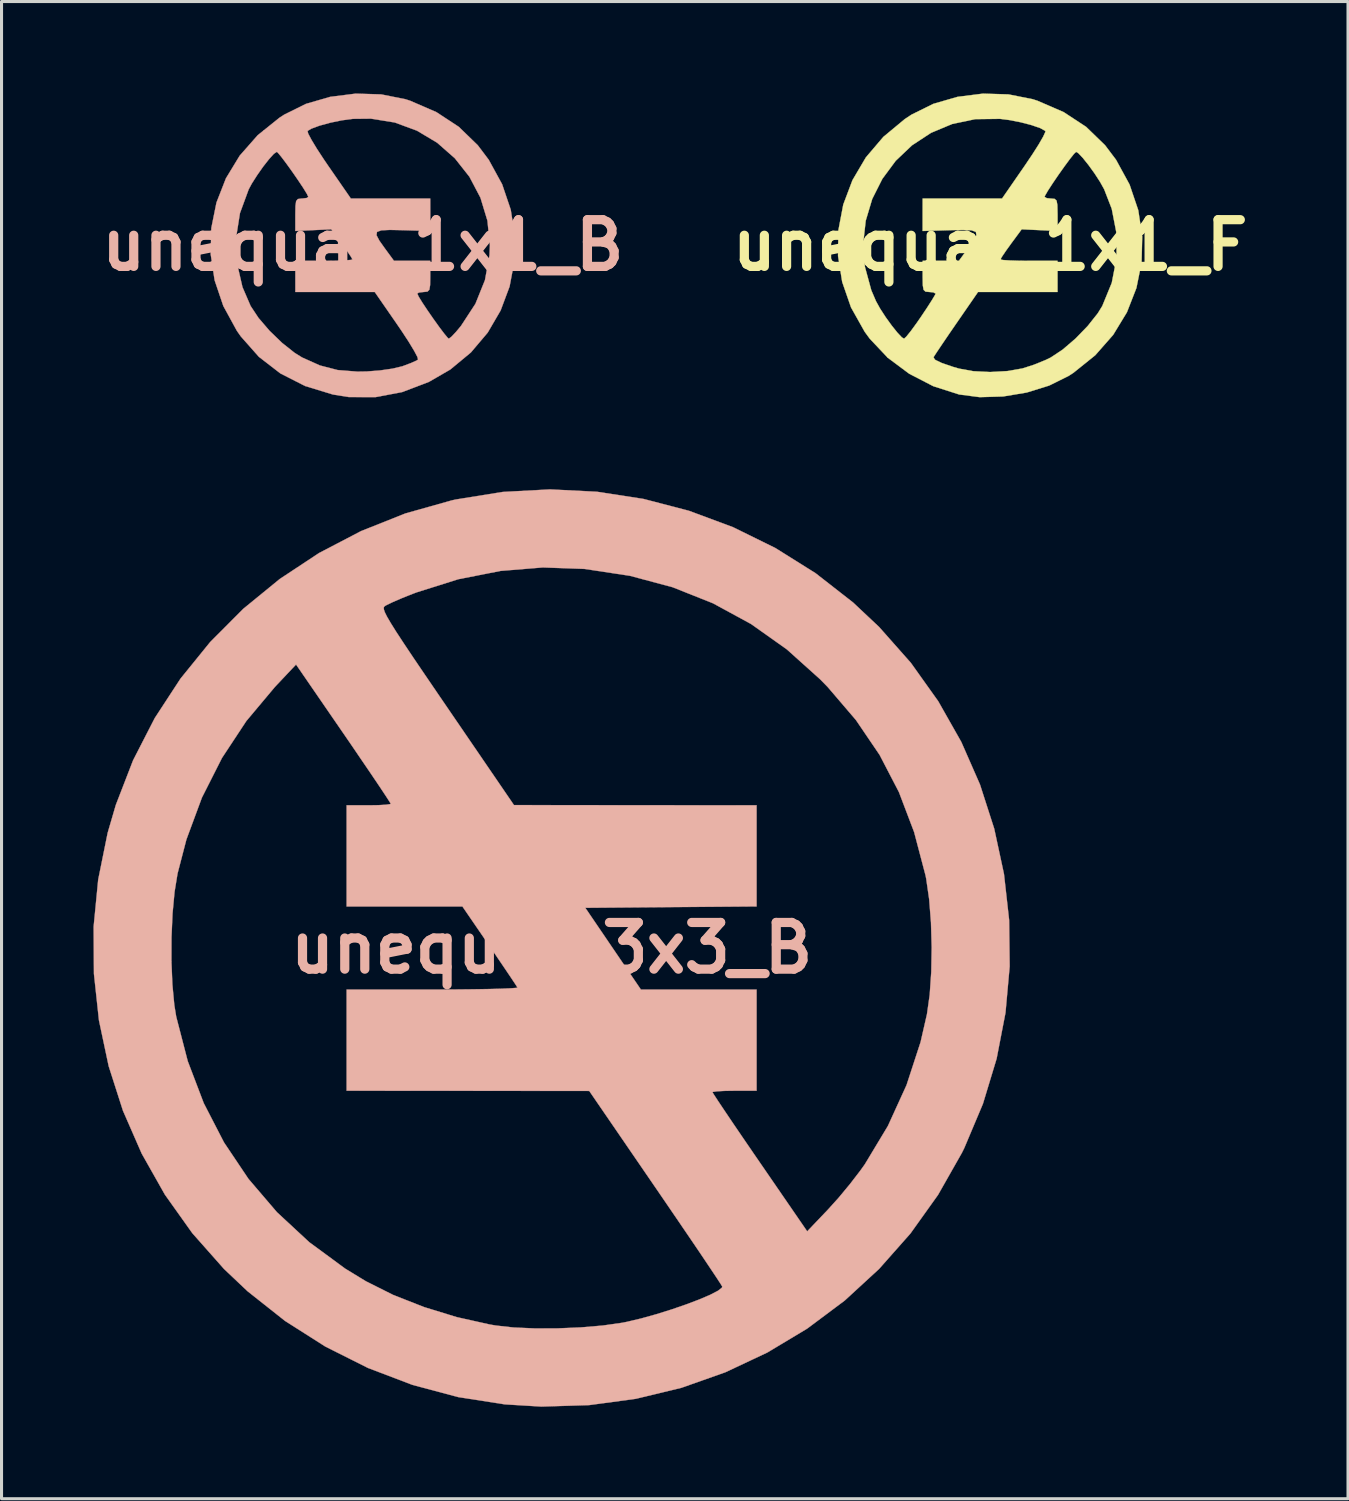
<source format=kicad_pcb>
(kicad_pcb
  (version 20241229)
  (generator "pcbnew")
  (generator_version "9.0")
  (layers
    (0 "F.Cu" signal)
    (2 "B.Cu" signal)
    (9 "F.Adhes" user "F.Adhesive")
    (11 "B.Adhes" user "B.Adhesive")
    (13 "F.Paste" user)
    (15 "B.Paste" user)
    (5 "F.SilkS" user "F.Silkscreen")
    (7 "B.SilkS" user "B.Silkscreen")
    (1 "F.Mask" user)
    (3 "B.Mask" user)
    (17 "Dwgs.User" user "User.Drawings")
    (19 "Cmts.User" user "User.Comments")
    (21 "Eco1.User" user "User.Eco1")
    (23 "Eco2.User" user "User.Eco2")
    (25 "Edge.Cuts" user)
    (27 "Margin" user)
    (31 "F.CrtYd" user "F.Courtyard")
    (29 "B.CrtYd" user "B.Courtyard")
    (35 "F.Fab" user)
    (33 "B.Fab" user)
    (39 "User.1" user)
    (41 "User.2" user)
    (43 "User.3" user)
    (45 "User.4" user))
  (footprint "unequal_1x1_B"
    (layer "F.Cu")
    (at 8.788 4.953)
    (property "Reference" "unequal_1x1_B" (at 0 0 0) (layer "B.SilkS") (effects (font (size 1.524 1.524) (thickness 0.3))))
    (attr through_hole)
    (fp_poly (pts (xy 0.601 -4.923) (xy 1.393 -4.765) (xy 1.547 -4.715) (xy 2.402 -4.344) (xy 3.133 -3.864) (xy 3.751 -3.265) (xy 4.11 -2.789) (xy 4.547 -1.99) (xy 4.828 -1.16) (xy 4.959 -0.315) (xy 4.945 0.526) (xy 4.79 1.346) (xy 4.498 2.126) (xy 4.076 2.85) (xy 3.527 3.498) (xy 2.856 4.054) (xy 2.157 4.458) (xy 1.284 4.791) (xy 0.411 4.956) (xy -0.457 4.953) (xy -0.974 4.87) (xy -1.882 4.593) (xy -2.689 4.182) (xy -3.391 3.64) (xy -3.982 2.972) (xy -4.11 2.789) (xy -4.551 1.982) (xy -4.835 1.143) (xy -4.964 0.289) (xy -4.951 -0.242) (xy -4.136 -0.242) (xy -4.109 0.572) (xy -3.926 1.366) (xy -3.66 1.983) (xy -3.402 2.372) (xy -3.043 2.79) (xy -2.632 3.187) (xy -2.219 3.514) (xy -1.981 3.661) (xy -1.399 3.922) (xy -0.819 4.072) (xy -0.178 4.123) (xy 0.127 4.118) (xy 0.557 4.085) (xy 0.967 4.026) (xy 1.286 3.95) (xy 1.312 3.941) (xy 1.564 3.846) (xy 1.749 3.764) (xy 1.803 3.73) (xy 1.781 3.642) (xy 1.675 3.442) (xy 1.501 3.154) (xy 1.273 2.805) (xy 1.13 2.595) (xy 0.389 1.524) (xy -2.201 1.524) (xy -2.201 0.508) (xy -1.27 0.508) (xy -0.896 0.504) (xy -0.593 0.494) (xy -0.397 0.478) (xy -0.339 0.462) (xy -0.385 0.376) (xy -0.508 0.194) (xy -0.68 -0.046) (xy -0.685 -0.053) (xy -1.031 -0.521) (xy -2.202 -0.466) (xy -2.202 -0.995) (xy -2.197 -1.284) (xy -2.175 -1.442) (xy -2.118 -1.509) (xy -2.011 -1.524) (xy -1.99 -1.524) (xy -1.83 -1.543) (xy -1.778 -1.578) (xy -1.824 -1.677) (xy -1.943 -1.871) (xy -2.112 -2.125) (xy -2.305 -2.404) (xy -2.496 -2.67) (xy -2.661 -2.888) (xy -2.774 -3.023) (xy -2.807 -3.048) (xy -2.904 -2.982) (xy -3.061 -2.808) (xy -3.252 -2.565) (xy -3.447 -2.287) (xy -3.621 -2.014) (xy -3.723 -1.825) (xy -4.008 -1.049) (xy -4.136 -0.242) (xy -4.951 -0.242) (xy -4.943 -0.562) (xy -4.775 -1.393) (xy -4.465 -2.186) (xy -4.016 -2.924) (xy -3.431 -3.589) (xy -3.256 -3.73) (xy -1.803 -3.73) (xy -1.781 -3.642) (xy -1.675 -3.442) (xy -1.501 -3.154) (xy -1.273 -2.805) (xy -1.13 -2.595) (xy -0.389 -1.524) (xy 2.201 -1.524) (xy 2.202 -0.995) (xy 2.202 -0.466) (xy 1.313 -0.492) (xy 0.881 -0.501) (xy 0.603 -0.487) (xy 0.463 -0.435) (xy 0.448 -0.328) (xy 0.54 -0.152) (xy 0.723 0.106) (xy 1.018 0.508) (xy 2.201 0.508) (xy 2.201 1.016) (xy 2.197 1.298) (xy 2.172 1.45) (xy 2.111 1.512) (xy 1.997 1.524) (xy 1.99 1.524) (xy 1.83 1.543) (xy 1.778 1.578) (xy 1.824 1.677) (xy 1.943 1.871) (xy 2.112 2.125) (xy 2.305 2.404) (xy 2.496 2.67) (xy 2.661 2.888) (xy 2.774 3.023) (xy 2.807 3.048) (xy 2.891 2.986) (xy 3.042 2.826) (xy 3.205 2.63) (xy 3.676 1.908) (xy 3.986 1.138) (xy 4.134 0.327) (xy 4.147 0) (xy 4.067 -0.802) (xy 3.839 -1.552) (xy 3.479 -2.236) (xy 3.003 -2.839) (xy 2.427 -3.345) (xy 1.768 -3.739) (xy 1.043 -4.006) (xy 0.266 -4.131) (xy -0.322 -4.125) (xy -0.683 -4.077) (xy -1.061 -3.999) (xy -1.409 -3.904) (xy -1.677 -3.805) (xy -1.803 -3.73) (xy -3.256 -3.73) (xy -2.716 -4.164) (xy -2.563 -4.263) (xy -1.854 -4.614) (xy -1.063 -4.843) (xy -0.231 -4.948) (xy 0.601 -4.923)) (stroke (width 0.01) (type solid)) (fill yes) (layer "B.SilkS")))
  (footprint "unequal_1x1_F"
    (layer "F.Cu")
    (at 29.257 4.953)
    (property "Reference" "unequal_1x1_F" (at 0 0 0) (layer "F.SilkS") (effects (font (size 1.524 1.524) (thickness 0.3))))
    (attr through_hole)
    (fp_poly (pts (xy 0.601 -4.923) (xy 1.393 -4.765) (xy 1.547 -4.715) (xy 2.402 -4.344) (xy 3.133 -3.864) (xy 3.751 -3.265) (xy 4.11 -2.789) (xy 4.551 -1.982) (xy 4.835 -1.143) (xy 4.964 -0.289) (xy 4.943 0.562) (xy 4.775 1.393) (xy 4.465 2.186) (xy 4.016 2.924) (xy 3.431 3.589) (xy 2.716 4.164) (xy 2.563 4.263) (xy 1.928 4.578) (xy 1.197 4.805) (xy 0.424 4.934) (xy -0.339 4.956) (xy -1.01 4.869) (xy -1.853 4.599) (xy -2.64 4.192) (xy -3.341 3.669) (xy -3.351 3.658) (xy -1.848 3.658) (xy -1.794 3.737) (xy -1.579 3.841) (xy -1.211 3.967) (xy -1.016 4.024) (xy -0.55 4.109) (xy 0.001 4.136) (xy 0.563 4.105) (xy 1.055 4.019) (xy 1.423 3.901) (xy 1.806 3.746) (xy 1.983 3.66) (xy 2.371 3.402) (xy 2.788 3.044) (xy 3.185 2.634) (xy 3.512 2.222) (xy 3.66 1.983) (xy 3.97 1.227) (xy 4.125 0.428) (xy 4.125 -0.387) (xy 3.969 -1.191) (xy 3.723 -1.825) (xy 3.587 -2.07) (xy 3.407 -2.347) (xy 3.21 -2.62) (xy 3.024 -2.852) (xy 2.878 -3.006) (xy 2.807 -3.048) (xy 2.738 -2.983) (xy 2.602 -2.812) (xy 2.424 -2.571) (xy 2.229 -2.296) (xy 2.043 -2.022) (xy 1.89 -1.787) (xy 1.796 -1.625) (xy 1.778 -1.578) (xy 1.851 -1.537) (xy 1.99 -1.524) (xy 2.105 -1.514) (xy 2.169 -1.457) (xy 2.195 -1.315) (xy 2.201 -1.049) (xy 2.202 -0.995) (xy 2.202 -0.466) (xy 1.031 -0.521) (xy 0.685 -0.053) (xy 0.512 0.188) (xy 0.388 0.372) (xy 0.339 0.461) (xy 0.339 0.462) (xy 0.418 0.481) (xy 0.632 0.495) (xy 0.947 0.505) (xy 1.27 0.508) (xy 2.201 0.508) (xy 2.201 1.524) (xy -0.393 1.524) (xy -1.107 2.558) (xy -1.36 2.926) (xy -1.577 3.246) (xy -1.741 3.49) (xy -1.834 3.634) (xy -1.848 3.658) (xy -3.351 3.658) (xy -3.927 3.048) (xy -4.093 2.821) (xy -4.538 2.028) (xy -4.826 1.198) (xy -4.962 0.35) (xy -4.956 -0.061) (xy -4.141 -0.061) (xy -4.085 0.701) (xy -3.877 1.466) (xy -3.723 1.825) (xy -3.587 2.07) (xy -3.407 2.347) (xy -3.21 2.62) (xy -3.024 2.852) (xy -2.878 3.006) (xy -2.807 3.048) (xy -2.734 2.982) (xy -2.591 2.805) (xy -2.402 2.546) (xy -2.259 2.34) (xy -2.057 2.038) (xy -1.897 1.788) (xy -1.799 1.624) (xy -1.778 1.578) (xy -1.851 1.537) (xy -1.99 1.524) (xy -2.107 1.513) (xy -2.17 1.454) (xy -2.196 1.308) (xy -2.201 1.034) (xy -2.201 1.016) (xy -2.201 0.508) (xy -1.018 0.508) (xy -0.723 0.106) (xy -0.538 -0.154) (xy -0.447 -0.329) (xy -0.464 -0.435) (xy -0.605 -0.488) (xy -0.884 -0.501) (xy -1.313 -0.492) (xy -2.202 -0.466) (xy -2.202 -0.995) (xy -2.201 -1.524) (xy 0.389 -1.524) (xy 1.13 -2.595) (xy 1.381 -2.968) (xy 1.587 -3.292) (xy 1.732 -3.544) (xy 1.802 -3.697) (xy 1.803 -3.73) (xy 1.637 -3.823) (xy 1.35 -3.922) (xy 0.993 -4.015) (xy 0.614 -4.088) (xy 0.322 -4.125) (xy -0.484 -4.115) (xy -1.238 -3.957) (xy -1.93 -3.667) (xy -2.547 -3.262) (xy -3.08 -2.756) (xy -3.516 -2.167) (xy -3.846 -1.511) (xy -4.058 -0.803) (xy -4.141 -0.061) (xy -4.956 -0.061) (xy -4.949 -0.498) (xy -4.791 -1.329) (xy -4.491 -2.124) (xy -4.054 -2.866) (xy -3.484 -3.536) (xy -2.784 -4.117) (xy -2.563 -4.263) (xy -1.854 -4.614) (xy -1.063 -4.843) (xy -0.231 -4.948) (xy 0.601 -4.923)) (stroke (width 0.01) (type solid)) (fill yes) (layer "F.SilkS")))
  (footprint "unequal_3x3_B"
    (layer "F.Cu")
    (at 14.949 27.884)
    (property "Reference" "unequal_3x3_B" (at 0 0 0) (layer "B.SilkS") (effects (font (size 1.524 1.524) (thickness 0.3))))
    (attr through_hole)
    (fp_poly (pts (xy 1.481 -14.888) (xy 2.997 -14.654) (xy 4.481 -14.267) (xy 5.92 -13.732) (xy 7.301 -13.052) (xy 8.612 -12.231) (xy 9.839 -11.273) (xy 10.689 -10.473) (xy 11.722 -9.306) (xy 12.616 -8.052) (xy 13.369 -6.723) (xy 13.979 -5.333) (xy 14.443 -3.893) (xy 14.761 -2.416) (xy 14.929 -0.915) (xy 14.947 0.598) (xy 14.811 2.11) (xy 14.521 3.61) (xy 14.074 5.084) (xy 13.468 6.521) (xy 13.387 6.685) (xy 12.61 8.054) (xy 11.707 9.317) (xy 10.688 10.469) (xy 9.564 11.503) (xy 8.346 12.414) (xy 7.045 13.196) (xy 5.671 13.843) (xy 4.236 14.35) (xy 2.749 14.709) (xy 1.222 14.915) (xy -0.335 14.963) (xy -1.524 14.891) (xy -3.048 14.653) (xy -4.543 14.254) (xy -5.993 13.702) (xy -7.384 13.004) (xy -8.698 12.168) (xy -9.92 11.201) (xy -10.689 10.473) (xy -11.723 9.305) (xy -12.619 8.046) (xy -13.374 6.71) (xy -13.987 5.308) (xy -14.453 3.855) (xy -14.77 2.361) (xy -14.934 0.84) (xy -14.937 0.438) (xy -12.405 0.438) (xy -12.374 1.191) (xy -12.311 1.86) (xy -12.249 2.241) (xy -11.873 3.691) (xy -11.351 5.062) (xy -10.689 6.345) (xy -9.891 7.534) (xy -8.962 8.621) (xy -7.907 9.6) (xy -6.732 10.464) (xy -6.061 10.873) (xy -5.167 11.321) (xy -4.159 11.717) (xy -3.091 12.045) (xy -2.015 12.285) (xy -1.82 12.318) (xy -1.246 12.382) (xy -0.558 12.412) (xy 0.193 12.411) (xy 0.953 12.379) (xy 1.673 12.318) (xy 2.299 12.229) (xy 2.456 12.198) (xy 2.921 12.088) (xy 3.415 11.95) (xy 3.914 11.794) (xy 4.39 11.63) (xy 4.818 11.468) (xy 5.173 11.316) (xy 5.428 11.184) (xy 5.558 11.082) (xy 5.568 11.047) (xy 5.517 10.962) (xy 5.379 10.751) (xy 5.165 10.43) (xy 4.885 10.012) (xy 4.547 9.513) (xy 4.161 8.946) (xy 3.738 8.326) (xy 3.387 7.813) (xy 1.228 4.664) (xy -2.731 4.66) (xy -6.689 4.657) (xy -6.689 1.355) (xy -3.888 1.355) (xy -3.22 1.353) (xy -2.61 1.347) (xy -2.079 1.339) (xy -1.646 1.328) (xy -1.329 1.314) (xy -1.149 1.3) (xy -1.115 1.289) (xy -1.17 1.201) (xy -1.305 0.997) (xy -1.505 0.7) (xy -1.754 0.333) (xy -2.026 -0.066) (xy -2.91 -1.355) (xy -6.689 -1.355) (xy -6.689 -4.657) (xy -5.969 -4.657) (xy -5.644 -4.662) (xy -5.395 -4.677) (xy -5.262 -4.697) (xy -5.249 -4.707) (xy -5.296 -4.786) (xy -5.427 -4.988) (xy -5.631 -5.295) (xy -5.898 -5.691) (xy -6.216 -6.158) (xy -6.572 -6.681) (xy -6.794 -7.004) (xy -8.339 -9.251) (xy -9.03 -8.518) (xy -9.96 -7.409) (xy -10.756 -6.202) (xy -11.41 -4.909) (xy -11.917 -3.54) (xy -12.206 -2.429) (xy -12.303 -1.832) (xy -12.369 -1.122) (xy -12.403 -0.349) (xy -12.405 0.438) (xy -14.937 0.438) (xy -14.944 -0.695) (xy -14.795 -2.232) (xy -14.486 -3.758) (xy -14.22 -4.668) (xy -13.656 -6.126) (xy -12.949 -7.504) (xy -12.107 -8.793) (xy -11.14 -9.985) (xy -10.072 -11.057) (xy -5.476 -11.057) (xy -5.443 -10.958) (xy -5.37 -10.811) (xy -5.248 -10.602) (xy -5.071 -10.319) (xy -4.83 -9.951) (xy -4.519 -9.485) (xy -4.129 -8.91) (xy -3.654 -8.213) (xy -3.41 -7.856) (xy -1.228 -4.664) (xy 2.731 -4.66) (xy 6.689 -4.657) (xy 6.689 -1.357) (xy 3.894 -1.335) (xy 1.099 -1.312) (xy 2.913 1.355) (xy 6.689 1.355) (xy 6.689 4.657) (xy 5.969 4.657) (xy 5.644 4.662) (xy 5.395 4.676) (xy 5.262 4.695) (xy 5.249 4.704) (xy 5.296 4.783) (xy 5.427 4.984) (xy 5.631 5.29) (xy 5.898 5.686) (xy 6.216 6.153) (xy 6.573 6.675) (xy 6.795 6.998) (xy 8.34 9.245) (xy 9.017 8.535) (xy 9.366 8.148) (xy 9.739 7.698) (xy 10.077 7.258) (xy 10.221 7.056) (xy 10.973 5.807) (xy 11.581 4.474) (xy 12.04 3.068) (xy 12.248 2.159) (xy 12.337 1.526) (xy 12.388 0.781) (xy 12.402 -0.023) (xy 12.379 -0.833) (xy 12.319 -1.596) (xy 12.223 -2.261) (xy 12.201 -2.371) (xy 11.829 -3.783) (xy 11.333 -5.088) (xy 10.703 -6.301) (xy 9.931 -7.438) (xy 9.01 -8.515) (xy 8.764 -8.767) (xy 7.675 -9.745) (xy 6.509 -10.572) (xy 5.267 -11.248) (xy 3.948 -11.773) (xy 2.553 -12.146) (xy 1.081 -12.369) (xy 1.074 -12.37) (xy -0.285 -12.418) (xy -1.665 -12.305) (xy -3.047 -12.033) (xy -4.409 -11.604) (xy -4.536 -11.556) (xy -4.884 -11.417) (xy -5.183 -11.288) (xy -5.39 -11.188) (xy -5.448 -11.154) (xy -5.475 -11.118) (xy -5.476 -11.057) (xy -10.072 -11.057) (xy -10.059 -11.07) (xy -8.871 -12.041) (xy -7.588 -12.889) (xy -6.218 -13.604) (xy -4.772 -14.18) (xy -3.258 -14.606) (xy -3.129 -14.635) (xy -1.594 -14.882) (xy -0.053 -14.965) (xy 1.481 -14.888)) (stroke (width 0.01) (type solid)) (fill yes) (layer "B.SilkS")))
  (gr_rect
    (start -3 -3)
    (end 40.936 45.853)
    (stroke (width 0.1) (type default))
    (fill no)
    (layer "Edge.Cuts")))
</source>
